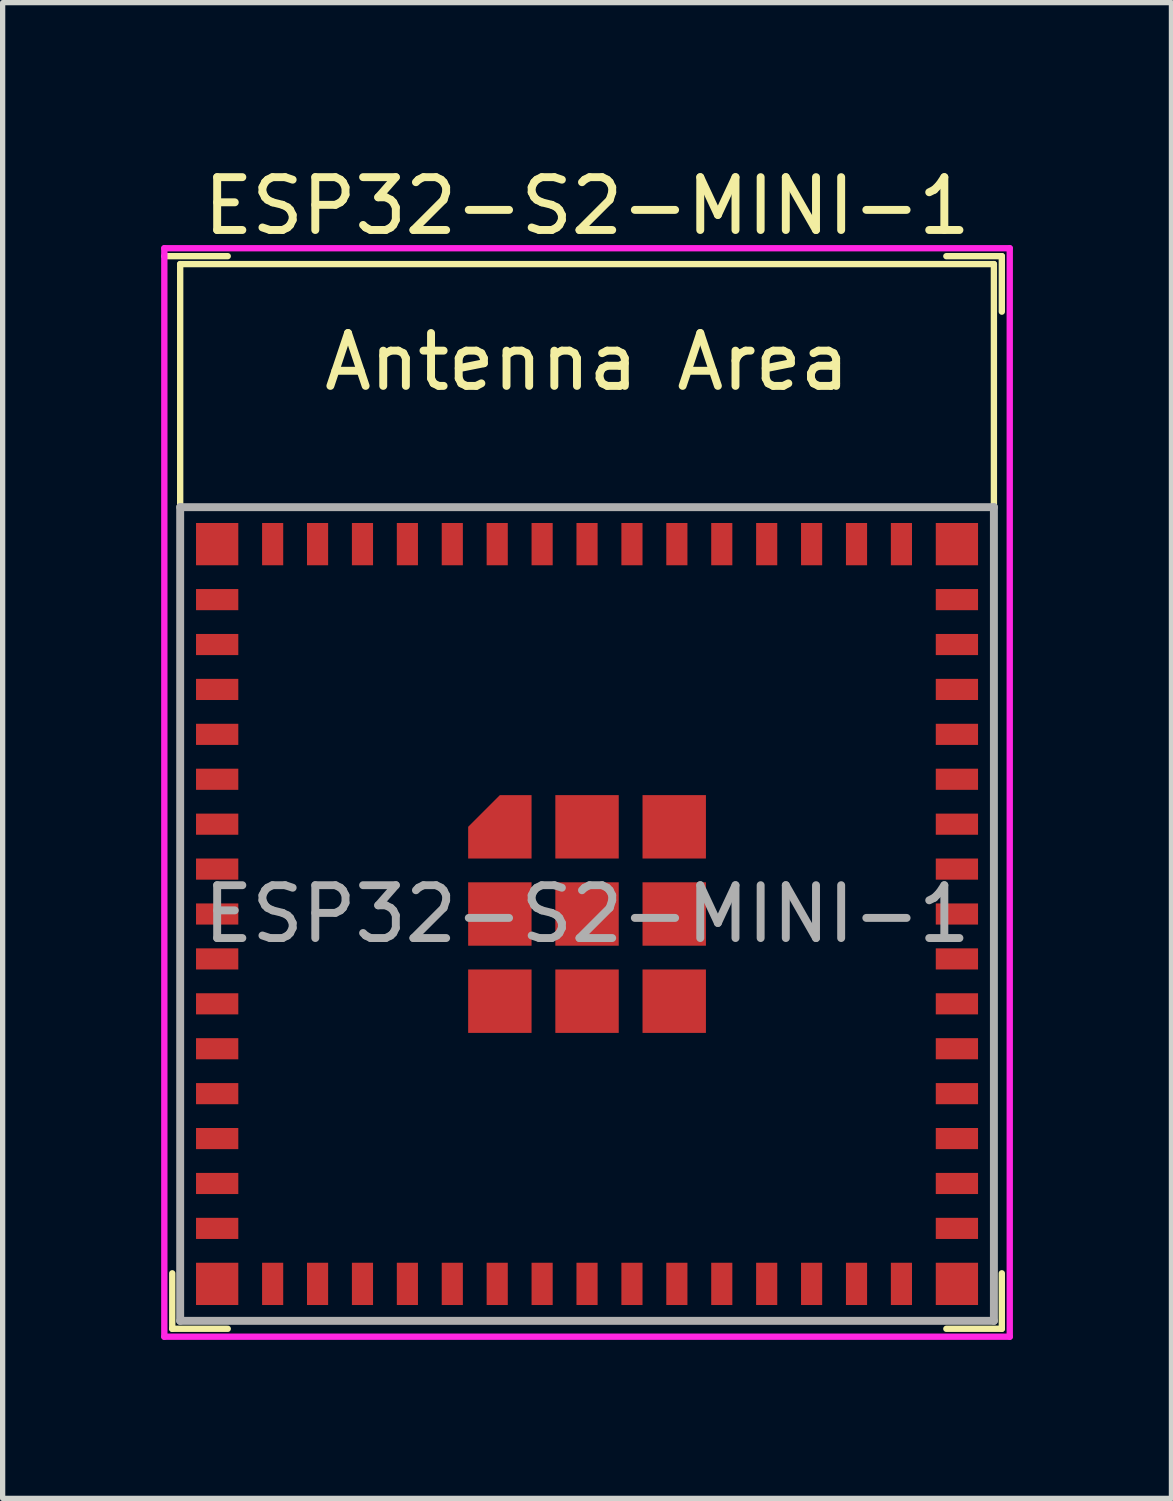
<source format=kicad_pcb>
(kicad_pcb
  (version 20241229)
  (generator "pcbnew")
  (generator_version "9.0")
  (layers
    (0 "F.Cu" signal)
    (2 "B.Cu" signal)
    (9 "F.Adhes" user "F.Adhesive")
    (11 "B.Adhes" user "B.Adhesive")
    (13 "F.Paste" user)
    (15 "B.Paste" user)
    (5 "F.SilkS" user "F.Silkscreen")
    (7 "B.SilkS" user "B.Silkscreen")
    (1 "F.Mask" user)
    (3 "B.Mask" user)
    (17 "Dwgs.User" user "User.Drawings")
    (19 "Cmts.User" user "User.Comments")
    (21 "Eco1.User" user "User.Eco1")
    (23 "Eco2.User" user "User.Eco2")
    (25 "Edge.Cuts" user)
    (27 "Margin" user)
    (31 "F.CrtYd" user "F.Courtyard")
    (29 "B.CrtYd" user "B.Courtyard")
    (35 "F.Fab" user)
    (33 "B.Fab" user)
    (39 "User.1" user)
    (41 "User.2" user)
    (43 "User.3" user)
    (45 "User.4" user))
  (footprint "ESP32-S2-MINI-1"
    (layer "F.Cu")
    (at 8.06 14.248)
    (property "Reference" "ESP32-S2-MINI-1" (at 0 -13.4 0) (layer "F.SilkS") (effects (font (size 1 1) (thickness 0.15))))
    (attr smd)
    (fp_line (start -7.85 7.85) (end -7.85 6.8) (stroke (width 0.12) (type solid)) (layer "F.SilkS"))
    (fp_line (start -7.7 -12.3) (end -7.7 -7.7) (stroke (width 0.12) (type solid)) (layer "F.SilkS"))
    (fp_line (start -7.7 -12.3) (end 7.7 -12.3) (stroke (width 0.12) (type solid)) (layer "F.SilkS"))
    (fp_line (start -7.7 7.7) (end -7.7 -7.7) (stroke (width 0.12) (type solid)) (layer "F.SilkS"))
    (fp_line (start -6.8 -12.45) (end -8 -12.45) (stroke (width 0.12) (type solid)) (layer "F.SilkS"))
    (fp_line (start -6.8 7.85) (end -7.85 7.85) (stroke (width 0.12) (type solid)) (layer "F.SilkS"))
    (fp_line (start 6.8 -12.45) (end 7.85 -12.45) (stroke (width 0.12) (type solid)) (layer "F.SilkS"))
    (fp_line (start 6.8 7.85) (end 7.85 7.85) (stroke (width 0.12) (type solid)) (layer "F.SilkS"))
    (fp_line (start 7.7 -12.3) (end 7.7 -7.7) (stroke (width 0.12) (type solid)) (layer "F.SilkS"))
    (fp_line (start 7.7 -7.7) (end 7.7 7.7) (stroke (width 0.12) (type solid)) (layer "F.SilkS"))
    (fp_line (start 7.7 7.7) (end -7.7 7.7) (stroke (width 0.12) (type solid)) (layer "F.SilkS"))
    (fp_line (start 7.85 -12.45) (end 7.85 -11.4) (stroke (width 0.12) (type solid)) (layer "F.SilkS"))
    (fp_line (start 7.85 7.85) (end 7.85 6.8) (stroke (width 0.12) (type solid)) (layer "F.SilkS"))
    (fp_line (start -8 -12.6) (end -8 8) (stroke (width 0.12) (type solid)) (layer "F.CrtYd"))
    (fp_line (start -8 8) (end 8 8) (stroke (width 0.12) (type solid)) (layer "F.CrtYd"))
    (fp_line (start 8 -12.6) (end -8 -12.6) (stroke (width 0.12) (type solid)) (layer "F.CrtYd"))
    (fp_line (start 8 8) (end 8 -12.6) (stroke (width 0.12) (type solid)) (layer "F.CrtYd"))
    (fp_line (start -7.7 -7.7) (end -7.7 7.7) (stroke (width 0.15) (type solid)) (layer "F.Fab"))
    (fp_line (start -7.7 7.7) (end 7.7 7.7) (stroke (width 0.15) (type solid)) (layer "F.Fab"))
    (fp_line (start 7.7 -7.7) (end -7.7 -7.7) (stroke (width 0.15) (type solid)) (layer "F.Fab"))
    (fp_line (start 7.7 7.7) (end 7.7 -7.7) (stroke (width 0.15) (type solid)) (layer "F.Fab"))
    (fp_text user "Antenna Area" (at 0 -10.45 0) (layer "F.SilkS") (effects (font (size 1 1) (thickness 0.15))))
    (fp_text user "${REFERENCE}" (at 0 0 0) (layer "F.Fab") (effects (font (size 1 1) (thickness 0.15))))
    (pad "1" smd rect (at -7 -5.95 90) (size 0.4 0.8) (layers "F.Cu" "F.Mask" "F.Paste"))
    (pad "2" smd rect (at -7 -5.1 90) (size 0.4 0.8) (layers "F.Cu" "F.Mask" "F.Paste"))
    (pad "3" smd rect (at -7 -4.25 90) (size 0.4 0.8) (layers "F.Cu" "F.Mask" "F.Paste"))
    (pad "4" smd rect (at -7 -3.4 90) (size 0.4 0.8) (layers "F.Cu" "F.Mask" "F.Paste"))
    (pad "5" smd rect (at -7 -2.55 90) (size 0.4 0.8) (layers "F.Cu" "F.Mask" "F.Paste"))
    (pad "6" smd rect (at -7 -1.7 90) (size 0.4 0.8) (layers "F.Cu" "F.Mask" "F.Paste"))
    (pad "7" smd rect (at -7 -0.85 90) (size 0.4 0.8) (layers "F.Cu" "F.Mask" "F.Paste"))
    (pad "8" smd rect (at -7 0 90) (size 0.4 0.8) (layers "F.Cu" "F.Mask" "F.Paste"))
    (pad "9" smd rect (at -7 0.85 90) (size 0.4 0.8) (layers "F.Cu" "F.Mask" "F.Paste"))
    (pad "10" smd rect (at -7 1.7 90) (size 0.4 0.8) (layers "F.Cu" "F.Mask" "F.Paste"))
    (pad "11" smd rect (at -7 2.55 90) (size 0.4 0.8) (layers "F.Cu" "F.Mask" "F.Paste"))
    (pad "12" smd rect (at -7 3.4 90) (size 0.4 0.8) (layers "F.Cu" "F.Mask" "F.Paste"))
    (pad "13" smd rect (at -7 4.25 90) (size 0.4 0.8) (layers "F.Cu" "F.Mask" "F.Paste"))
    (pad "14" smd rect (at -7 5.1 90) (size 0.4 0.8) (layers "F.Cu" "F.Mask" "F.Paste"))
    (pad "15" smd rect (at -7 5.95 90) (size 0.4 0.8) (layers "F.Cu" "F.Mask" "F.Paste"))
    (pad "16" smd rect (at -5.95 7) (size 0.4 0.8) (layers "F.Cu" "F.Mask" "F.Paste"))
    (pad "17" smd rect (at -5.1 7) (size 0.4 0.8) (layers "F.Cu" "F.Mask" "F.Paste"))
    (pad "18" smd rect (at -4.25 7) (size 0.4 0.8) (layers "F.Cu" "F.Mask" "F.Paste"))
    (pad "19" smd rect (at -3.4 7) (size 0.4 0.8) (layers "F.Cu" "F.Mask" "F.Paste"))
    (pad "20" smd rect (at -2.55 7) (size 0.4 0.8) (layers "F.Cu" "F.Mask" "F.Paste"))
    (pad "21" smd rect (at -1.7 7) (size 0.4 0.8) (layers "F.Cu" "F.Mask" "F.Paste"))
    (pad "22" smd rect (at -0.85 7) (size 0.4 0.8) (layers "F.Cu" "F.Mask" "F.Paste"))
    (pad "23" smd rect (at 0 7) (size 0.4 0.8) (layers "F.Cu" "F.Mask" "F.Paste"))
    (pad "24" smd rect (at 0.85 7) (size 0.4 0.8) (layers "F.Cu" "F.Mask" "F.Paste"))
    (pad "25" smd rect (at 1.7 7) (size 0.4 0.8) (layers "F.Cu" "F.Mask" "F.Paste"))
    (pad "26" smd rect (at 2.55 7) (size 0.4 0.8) (layers "F.Cu" "F.Mask" "F.Paste"))
    (pad "27" smd rect (at 3.4 7) (size 0.4 0.8) (layers "F.Cu" "F.Mask" "F.Paste"))
    (pad "28" smd rect (at 4.25 7) (size 0.4 0.8) (layers "F.Cu" "F.Mask" "F.Paste"))
    (pad "29" smd rect (at 5.1 7) (size 0.4 0.8) (layers "F.Cu" "F.Mask" "F.Paste"))
    (pad "30" smd rect (at 5.95 7) (size 0.4 0.8) (layers "F.Cu" "F.Mask" "F.Paste"))
    (pad "31" smd rect (at 7 5.95 90) (size 0.4 0.8) (layers "F.Cu" "F.Mask" "F.Paste"))
    (pad "32" smd rect (at 7 5.1 90) (size 0.4 0.8) (layers "F.Cu" "F.Mask" "F.Paste"))
    (pad "33" smd rect (at 7 4.25 90) (size 0.4 0.8) (layers "F.Cu" "F.Mask" "F.Paste"))
    (pad "34" smd rect (at 7 3.4 90) (size 0.4 0.8) (layers "F.Cu" "F.Mask" "F.Paste"))
    (pad "35" smd rect (at 7 2.55 90) (size 0.4 0.8) (layers "F.Cu" "F.Mask" "F.Paste"))
    (pad "36" smd rect (at 7 1.7 90) (size 0.4 0.8) (layers "F.Cu" "F.Mask" "F.Paste"))
    (pad "37" smd rect (at 7 0.85 90) (size 0.4 0.8) (layers "F.Cu" "F.Mask" "F.Paste"))
    (pad "38" smd rect (at 7 0 90) (size 0.4 0.8) (layers "F.Cu" "F.Mask" "F.Paste"))
    (pad "39" smd rect (at 7 -0.85 90) (size 0.4 0.8) (layers "F.Cu" "F.Mask" "F.Paste"))
    (pad "40" smd rect (at 7 -1.7 90) (size 0.4 0.8) (layers "F.Cu" "F.Mask" "F.Paste"))
    (pad "41" smd rect (at 7 -2.55 90) (size 0.4 0.8) (layers "F.Cu" "F.Mask" "F.Paste"))
    (pad "42" smd rect (at 7 -3.4 90) (size 0.4 0.8) (layers "F.Cu" "F.Mask" "F.Paste"))
    (pad "43" smd rect (at 7 -4.25 90) (size 0.4 0.8) (layers "F.Cu" "F.Mask" "F.Paste"))
    (pad "44" smd rect (at 7 -5.1 90) (size 0.4 0.8) (layers "F.Cu" "F.Mask" "F.Paste"))
    (pad "45" smd rect (at 7 -5.95 90) (size 0.4 0.8) (layers "F.Cu" "F.Mask" "F.Paste"))
    (pad "46" smd rect (at 5.95 -7) (size 0.4 0.8) (layers "F.Cu" "F.Mask" "F.Paste"))
    (pad "47" smd rect (at 5.1 -7) (size 0.4 0.8) (layers "F.Cu" "F.Mask" "F.Paste"))
    (pad "48" smd rect (at 4.25 -7) (size 0.4 0.8) (layers "F.Cu" "F.Mask" "F.Paste"))
    (pad "49" smd rect (at 3.4 -7) (size 0.4 0.8) (layers "F.Cu" "F.Mask" "F.Paste"))
    (pad "50" smd rect (at 2.55 -7) (size 0.4 0.8) (layers "F.Cu" "F.Mask" "F.Paste"))
    (pad "51" smd rect (at 1.7 -7) (size 0.4 0.8) (layers "F.Cu" "F.Mask" "F.Paste"))
    (pad "52" smd rect (at 0.85 -7) (size 0.4 0.8) (layers "F.Cu" "F.Mask" "F.Paste"))
    (pad "53" smd rect (at 0 -7) (size 0.4 0.8) (layers "F.Cu" "F.Mask" "F.Paste"))
    (pad "54" smd rect (at -0.85 -7) (size 0.4 0.8) (layers "F.Cu" "F.Mask" "F.Paste"))
    (pad "55" smd rect (at -1.7 -7) (size 0.4 0.8) (layers "F.Cu" "F.Mask" "F.Paste"))
    (pad "56" smd rect (at -2.55 -7) (size 0.4 0.8) (layers "F.Cu" "F.Mask" "F.Paste"))
    (pad "57" smd rect (at -3.4 -7) (size 0.4 0.8) (layers "F.Cu" "F.Mask" "F.Paste"))
    (pad "58" smd rect (at -4.25 -7) (size 0.4 0.8) (layers "F.Cu" "F.Mask" "F.Paste"))
    (pad "59" smd rect (at -5.1 -7) (size 0.4 0.8) (layers "F.Cu" "F.Mask" "F.Paste"))
    (pad "60" smd rect (at -5.95 -7) (size 0.4 0.8) (layers "F.Cu" "F.Mask" "F.Paste"))
    (pad "61" smd custom (at -1.65 -1.65) (size 0.6 0.6) (layers "F.Cu" "F.Mask" "F.Paste") (options (anchor rect)) (primitives (gr_poly (pts (xy 0.6 0.6) (xy -0.6 0.6) (xy -0.6 0) (xy 0 -0.6) (xy 0.6 -0.6)) (width 0) (fill yes))))
    (pad "61" smd rect (at -1.65 0) (size 1.2 1.2) (layers "F.Cu" "F.Mask" "F.Paste"))
    (pad "61" smd rect (at -1.65 1.65) (size 1.2 1.2) (layers "F.Cu" "F.Mask" "F.Paste"))
    (pad "61" smd rect (at 0 -1.65) (size 1.2 1.2) (layers "F.Cu" "F.Mask" "F.Paste"))
    (pad "61" smd rect (at 0 0) (size 1.2 1.2) (layers "F.Cu" "F.Mask" "F.Paste"))
    (pad "61" smd rect (at 0 1.65) (size 1.2 1.2) (layers "F.Cu" "F.Mask" "F.Paste"))
    (pad "61" smd rect (at 1.65 -1.65) (size 1.2 1.2) (layers "F.Cu" "F.Mask" "F.Paste"))
    (pad "61" smd rect (at 1.65 0) (size 1.2 1.2) (layers "F.Cu" "F.Mask" "F.Paste"))
    (pad "61" smd rect (at 1.65 1.65) (size 1.2 1.2) (layers "F.Cu" "F.Mask" "F.Paste"))
    (pad "62" smd rect (at -7 -7 180) (size 0.8 0.8) (layers "F.Cu" "F.Mask" "F.Paste"))
    (pad "63" smd rect (at -7 7 180) (size 0.8 0.8) (layers "F.Cu" "F.Mask" "F.Paste"))
    (pad "64" smd rect (at 7 7 180) (size 0.8 0.8) (layers "F.Cu" "F.Mask" "F.Paste"))
    (pad "65" smd rect (at 7 -7 180) (size 0.8 0.8) (layers "F.Cu" "F.Mask" "F.Paste"))
    (zone (net_name "") (layers "F.Cu" "B.Cu") (name "antenna keepout") (hatch edge 0.508) (connect_pads) (min_thickness 0.254) (filled_areas_thickness no) (keepout (tracks not_allowed) (vias not_allowed) (pads not_allowed) (copperpour not_allowed) (footprints not_allowed)) (placement (enabled no)) (fill) (polygon (pts (xy 15.76 6.548) (xy 0.36 6.548) (xy 0.36 1.948) (xy 15.76 1.948)))))
  (gr_rect
    (start -3 -3)
    (end 19.12 25.308)
    (stroke (width 0.1) (type default))
    (fill no)
    (layer "Edge.Cuts")))
</source>
